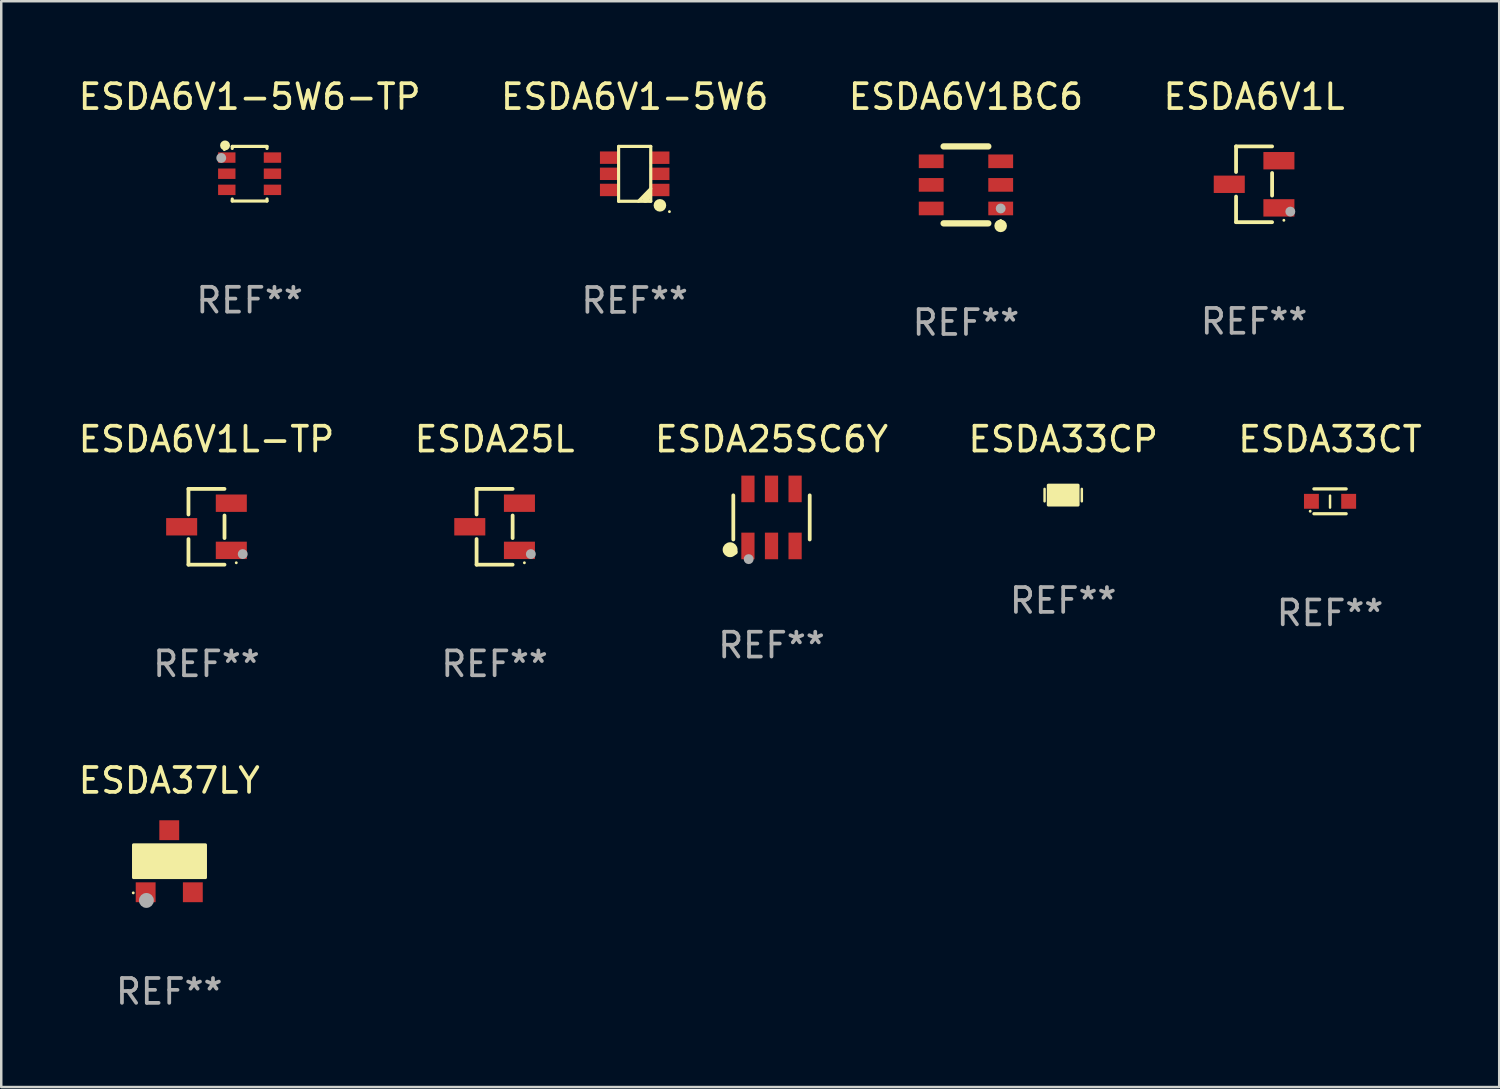
<source format=kicad_pcb>
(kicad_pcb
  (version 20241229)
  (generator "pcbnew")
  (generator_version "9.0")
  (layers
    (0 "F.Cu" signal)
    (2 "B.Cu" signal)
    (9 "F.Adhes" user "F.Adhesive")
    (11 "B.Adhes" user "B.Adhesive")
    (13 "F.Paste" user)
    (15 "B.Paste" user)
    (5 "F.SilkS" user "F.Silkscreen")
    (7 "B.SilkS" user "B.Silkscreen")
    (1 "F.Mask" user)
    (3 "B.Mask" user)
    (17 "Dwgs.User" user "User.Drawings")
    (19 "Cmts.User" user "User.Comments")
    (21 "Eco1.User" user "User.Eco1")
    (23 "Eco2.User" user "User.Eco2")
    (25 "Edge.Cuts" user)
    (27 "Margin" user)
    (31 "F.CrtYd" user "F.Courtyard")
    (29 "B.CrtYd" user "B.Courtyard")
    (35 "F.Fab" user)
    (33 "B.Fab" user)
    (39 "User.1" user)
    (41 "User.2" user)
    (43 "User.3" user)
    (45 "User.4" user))
  (footprint "ESDA25SC6Y"
    (layer "F.Cu")
    (at 28.03 17.794)
    (property "Reference" "ESDA25SC6Y" (at 0 -3.149 0) (layer "F.SilkS") (effects (font (size 1 1) (thickness 0.15))))
    (attr through_hole)
    (fp_line (start -1.539 0.889) (end -1.539 -0.889) (stroke (width 0.152) (type solid)) (layer "F.SilkS"))
    (fp_line (start 1.539 0.889) (end 1.539 -0.889) (stroke (width 0.152) (type solid)) (layer "F.SilkS"))
    (fp_circle (center -1.668 1.301) (end -1.518 1.301) (stroke (width 0.3) (type solid)) (fill no) (layer "F.SilkS"))
    (fp_circle (center -1.463 1.4) (end -1.413 1.4) (stroke (width 0.1) (type solid)) (fill no) (layer "F.SilkS"))
    (fp_circle (center -0.92 1.68) (end -0.82 1.68) (stroke (width 0.2) (type solid)) (fill no) (layer "F.Fab"))
    (fp_text user "REF**" (at 0 5.149 0) (layer "F.Fab") (effects (font (size 1 1) (thickness 0.15))))
    (pad "1" smd rect (at -0.95 1.149) (size 0.532 1.072) (layers "F.Cu" "F.Mask" "F.Paste"))
    (pad "2" smd rect (at 0 1.149) (size 0.532 1.072) (layers "F.Cu" "F.Mask" "F.Paste"))
    (pad "3" smd rect (at 0.95 1.149) (size 0.532 1.072) (layers "F.Cu" "F.Mask" "F.Paste"))
    (pad "4" smd rect (at 0.95 -1.149) (size 0.532 1.072) (layers "F.Cu" "F.Mask" "F.Paste"))
    (pad "5" smd rect (at 0 -1.149) (size 0.532 1.072) (layers "F.Cu" "F.Mask" "F.Paste"))
    (pad "6" smd rect (at -0.95 -1.149) (size 0.532 1.072) (layers "F.Cu" "F.Mask" "F.Paste")))
  (footprint "ESDA6V1-5W6-TP"
    (layer "F.Cu")
    (at 7.006 3.948)
    (property "Reference" "ESDA6V1-5W6-TP" (at 0 -3.1 0) (layer "F.SilkS") (effects (font (size 1 1) (thickness 0.15))))
    (attr through_hole)
    (fp_line (start -0.7 -1.1) (end -0.7 -1.018) (stroke (width 0.127) (type solid)) (layer "F.SilkS"))
    (fp_line (start -0.7 -1.1) (end 0.7 -1.1) (stroke (width 0.127) (type solid)) (layer "F.SilkS"))
    (fp_line (start -0.7 1.018) (end -0.7 1.1) (stroke (width 0.127) (type solid)) (layer "F.SilkS"))
    (fp_line (start -0.7 1.1) (end 0.7 1.1) (stroke (width 0.127) (type solid)) (layer "F.SilkS"))
    (fp_line (start 0.7 -1.1) (end 0.7 -1.018) (stroke (width 0.127) (type solid)) (layer "F.SilkS"))
    (fp_line (start 0.7 1.018) (end 0.7 1.1) (stroke (width 0.127) (type solid)) (layer "F.SilkS"))
    (fp_circle (center -1.02 -0.97) (end -0.99 -0.97) (stroke (width 0.06) (type solid)) (fill no) (layer "F.SilkS"))
    (fp_circle (center -0.99 -1.14) (end -0.89 -1.14) (stroke (width 0.2) (type solid)) (fill no) (layer "F.SilkS"))
    (fp_circle (center -1.143 -0.635) (end -1.043 -0.635) (stroke (width 0.2) (type solid)) (fill no) (layer "F.Fab"))
    (fp_text user "REF**" (at 0 5.1 0) (layer "F.Fab") (effects (font (size 1 1) (thickness 0.15))))
    (pad "1" smd rect (at -0.92 -0.65) (size 0.7 0.42) (layers "F.Cu" "F.Mask" "F.Paste"))
    (pad "2" smd rect (at -0.92 0.000127) (size 0.7 0.42) (layers "F.Cu" "F.Mask" "F.Paste"))
    (pad "3" smd rect (at -0.92 0.65) (size 0.7 0.42) (layers "F.Cu" "F.Mask" "F.Paste"))
    (pad "4" smd rect (at 0.92 0.65) (size 0.7 0.42) (layers "F.Cu" "F.Mask" "F.Paste"))
    (pad "5" smd rect (at 0.92 0.000127) (size 0.7 0.42) (layers "F.Cu" "F.Mask" "F.Paste"))
    (pad "6" smd rect (at 0.92 -0.65) (size 0.7 0.42) (layers "F.Cu" "F.Mask" "F.Paste")))
  (footprint "ESDA33CP"
    (layer "F.Cu")
    (at 39.78 16.895)
    (property "Reference" "ESDA33CP" (at 0 -2.25 0) (layer "F.SilkS") (effects (font (size 1 1) (thickness 0.15))))
    (attr through_hole)
    (fp_line (start -0.75 0.25) (end -0.75 -0.25) (stroke (width 0.1) (type solid)) (layer "F.SilkS"))
    (fp_line (start 0.75 -0.25) (end 0.75 0.25) (stroke (width 0.1) (type solid)) (layer "F.SilkS"))
    (fp_circle (center -0.5 0.3) (end -0.47 0.3) (stroke (width 0.06) (type solid)) (fill no) (layer "F.SilkS"))
    (fp_poly (pts (xy -0.6 -0.4) (xy 0.6 -0.4) (xy 0.6 0.4) (xy -0.6 0.4)) (stroke (width 0.12) (type solid)) (fill yes) (layer "F.SilkS"))
    (fp_text user "REF**" (at 0 4.25 0) (layer "F.Fab") (effects (font (size 1 1) (thickness 0.15))))
    (pad "1" smd rect (at -0.325 -0.000013) (size 0.3 0.6) (layers "F.Cu" "F.Mask" "F.Paste"))
    (pad "2" smd rect (at 0.325 -0.000013) (size 0.3 0.6) (layers "F.Cu" "F.Mask" "F.Paste")))
  (footprint "ESDA6V1L-TP"
    (layer "F.Cu")
    (at 5.268 18.171)
    (property "Reference" "ESDA6V1L-TP" (at 0 -3.526 0) (layer "F.SilkS") (effects (font (size 1 1) (thickness 0.15))))
    (attr through_hole)
    (fp_line (start -0.726 -1.526) (end -0.726 -0.495) (stroke (width 0.152) (type solid)) (layer "F.SilkS"))
    (fp_line (start -0.726 1.526) (end -0.726 0.495) (stroke (width 0.152) (type solid)) (layer "F.SilkS"))
    (fp_line (start 0.726 -1.526) (end -0.726 -1.526) (stroke (width 0.152) (type solid)) (layer "F.SilkS"))
    (fp_line (start 0.726 -0.455) (end 0.726 0.455) (stroke (width 0.152) (type solid)) (layer "F.SilkS"))
    (fp_line (start 0.726 1.526) (end -0.726 1.526) (stroke (width 0.152) (type solid)) (layer "F.SilkS"))
    (fp_circle (center 1.2 1.45) (end 1.23 1.45) (stroke (width 0.06) (type solid)) (fill no) (layer "F.SilkS"))
    (fp_circle (center 1.46 1.1) (end 1.56 1.1) (stroke (width 0.2) (type solid)) (fill no) (layer "F.Fab"))
    (fp_text user "REF**" (at 0 5.526 0) (layer "F.Fab") (effects (font (size 1 1) (thickness 0.15))))
    (pad "1" smd rect (at 1 0.95) (size 1.25 0.7) (layers "F.Cu" "F.Mask" "F.Paste"))
    (pad "2" smd rect (at 1 -0.95) (size 1.25 0.7) (layers "F.Cu" "F.Mask" "F.Paste"))
    (pad "3" smd rect (at -1 0) (size 1.25 0.7) (layers "F.Cu" "F.Mask" "F.Paste")))
  (footprint "ESDA6V1-5W6"
    (layer "F.Cu")
    (at 22.518 3.953)
    (property "Reference" "ESDA6V1-5W6" (at 0 -3.105 0) (layer "F.SilkS") (effects (font (size 1 1) (thickness 0.15))))
    (attr through_hole)
    (fp_line (start -0.648 -1.105) (end 0.647 -1.105) (stroke (width 0.127) (type solid)) (layer "F.SilkS"))
    (fp_line (start -0.648 1.105) (end -0.648 -1.105) (stroke (width 0.127) (type solid)) (layer "F.SilkS"))
    (fp_line (start 0.57 0.849) (end 0.428 1.038) (stroke (width 0.254) (type solid)) (layer "F.SilkS"))
    (fp_line (start 0.647 -1.105) (end 0.647 1.105) (stroke (width 0.127) (type solid)) (layer "F.SilkS"))
    (fp_line (start 0.647 0.597) (end 0.152 1.105) (stroke (width 0.127) (type solid)) (layer "F.SilkS"))
    (fp_line (start 0.647 1.105) (end -0.648 1.105) (stroke (width 0.127) (type solid)) (layer "F.SilkS"))
    (fp_circle (center 1.016 1.269) (end 1.143 1.269) (stroke (width 0.254) (type solid)) (fill no) (layer "F.SilkS"))
    (fp_circle (center 1.4 1.523) (end 1.43 1.523) (stroke (width 0.06) (type solid)) (fill no) (layer "F.SilkS"))
    (fp_text user "REF**" (at 0 5.105 0) (layer "F.Fab") (effects (font (size 1 1) (thickness 0.15))))
    (pad "1" smd rect (at 1 0.65 90) (size 0.5 0.8) (layers "F.Cu" "F.Mask" "F.Paste"))
    (pad "2" smd rect (at 1 0 90) (size 0.5 0.8) (layers "F.Cu" "F.Mask" "F.Paste"))
    (pad "3" smd rect (at 1 -0.65 90) (size 0.5 0.8) (layers "F.Cu" "F.Mask" "F.Paste"))
    (pad "4" smd rect (at -1 -0.652 90) (size 0.5 0.8) (layers "F.Cu" "F.Mask" "F.Paste"))
    (pad "5" smd rect (at -1 -0.001 90) (size 0.5 0.8) (layers "F.Cu" "F.Mask" "F.Paste"))
    (pad "6" smd rect (at -1 0.649 90) (size 0.5 0.8) (layers "F.Cu" "F.Mask" "F.Paste")))
  (footprint "ESDA6V1BC6"
    (layer "F.Cu")
    (at 35.863 4.398)
    (property "Reference" "ESDA6V1BC6" (at 0 -3.55 0) (layer "F.SilkS") (effects (font (size 1 1) (thickness 0.15))))
    (attr through_hole)
    (fp_line (start -0.9 -1.55) (end 0.9 -1.55) (stroke (width 0.254) (type solid)) (layer "F.SilkS"))
    (fp_line (start -0.9 1.55) (end 0.9 1.55) (stroke (width 0.254) (type solid)) (layer "F.SilkS"))
    (fp_circle (center 1.397 1.651) (end 1.524 1.651) (stroke (width 0.254) (type solid)) (fill no) (layer "F.SilkS"))
    (fp_circle (center 1.4 1.435) (end 1.43 1.435) (stroke (width 0.06) (type solid)) (fill no) (layer "F.SilkS"))
    (fp_circle (center 1.4 0.95) (end 1.5 0.95) (stroke (width 0.2) (type solid)) (fill no) (layer "F.Fab"))
    (fp_text user "REF**" (at 0 5.55 0) (layer "F.Fab") (effects (font (size 1 1) (thickness 0.15))))
    (pad "1" smd rect (at 1.4 0.95) (size 1 0.55) (layers "F.Cu" "F.Mask" "F.Paste"))
    (pad "2" smd rect (at 1.4 -0.000102) (size 1 0.55) (layers "F.Cu" "F.Mask" "F.Paste"))
    (pad "3" smd rect (at 1.4 -0.95) (size 1 0.55) (layers "F.Cu" "F.Mask" "F.Paste"))
    (pad "4" smd rect (at -1.4 -0.95) (size 1 0.55) (layers "F.Cu" "F.Mask" "F.Paste"))
    (pad "5" smd rect (at -1.4 -0.000102) (size 1 0.55) (layers "F.Cu" "F.Mask" "F.Paste"))
    (pad "6" smd rect (at -1.4 0.95) (size 1 0.55) (layers "F.Cu" "F.Mask" "F.Paste")))
  (footprint "ESDA25L"
    (layer "F.Cu")
    (at 16.875 18.171)
    (property "Reference" "ESDA25L" (at 0 -3.526 0) (layer "F.SilkS") (effects (font (size 1 1) (thickness 0.15))))
    (attr through_hole)
    (fp_line (start -0.726 -1.526) (end -0.726 -0.495) (stroke (width 0.152) (type solid)) (layer "F.SilkS"))
    (fp_line (start -0.726 1.526) (end -0.726 0.495) (stroke (width 0.152) (type solid)) (layer "F.SilkS"))
    (fp_line (start 0.726 -1.526) (end -0.726 -1.526) (stroke (width 0.152) (type solid)) (layer "F.SilkS"))
    (fp_line (start 0.726 -0.455) (end 0.726 0.455) (stroke (width 0.152) (type solid)) (layer "F.SilkS"))
    (fp_line (start 0.726 1.526) (end -0.726 1.526) (stroke (width 0.152) (type solid)) (layer "F.SilkS"))
    (fp_circle (center 1.2 1.45) (end 1.23 1.45) (stroke (width 0.06) (type solid)) (fill no) (layer "F.SilkS"))
    (fp_circle (center 1.46 1.1) (end 1.56 1.1) (stroke (width 0.2) (type solid)) (fill no) (layer "F.Fab"))
    (fp_text user "REF**" (at 0 5.526 0) (layer "F.Fab") (effects (font (size 1 1) (thickness 0.15))))
    (pad "1" smd rect (at 1 0.95) (size 1.25 0.7) (layers "F.Cu" "F.Mask" "F.Paste"))
    (pad "2" smd rect (at 1 -0.95) (size 1.25 0.7) (layers "F.Cu" "F.Mask" "F.Paste"))
    (pad "3" smd rect (at -1 0) (size 1.25 0.7) (layers "F.Cu" "F.Mask" "F.Paste")))
  (footprint "ESDA37LY"
    (layer "F.Cu")
    (at 3.768 31.644)
    (property "Reference" "ESDA37LY" (at 0 -3.25 0) (layer "F.SilkS") (effects (font (size 1 1) (thickness 0.15))))
    (attr through_hole)
    (fp_circle (center -1.45 1.275) (end -1.42 1.275) (stroke (width 0.06) (type solid)) (fill no) (layer "F.SilkS"))
    (fp_poly (pts (xy -1.44 -0.66) (xy 1.46 -0.66) (xy 1.46 0.66) (xy -1.44 0.66)) (stroke (width 0.12) (type solid)) (fill yes) (layer "F.SilkS"))
    (fp_circle (center -0.92 1.58) (end -0.77 1.58) (stroke (width 0.3) (type solid)) (fill no) (layer "F.Fab"))
    (fp_text user "REF**" (at 0 5.25 0) (layer "F.Fab") (effects (font (size 1 1) (thickness 0.15))))
    (pad "1" smd rect (at -0.95 1.25) (size 0.8 0.8) (layers "F.Cu" "F.Mask" "F.Paste"))
    (pad "2" smd rect (at 0.95 1.25) (size 0.8 0.8) (layers "F.Cu" "F.Mask" "F.Paste"))
    (pad "3" smd rect (at 0 -1.25) (size 0.8 0.8) (layers "F.Cu" "F.Mask" "F.Paste")))
  (footprint "ESDA33CT"
    (layer "F.Cu")
    (at 50.53 17.145)
    (property "Reference" "ESDA33CT" (at 0 -2.5 0) (layer "F.SilkS") (effects (font (size 1 1) (thickness 0.15))))
    (attr through_hole)
    (fp_line (start -0.65 -0.5) (end 0.65 -0.5) (stroke (width 0.13) (type solid)) (layer "F.SilkS"))
    (fp_line (start -0.65 0.5) (end 0.65 0.5) (stroke (width 0.13) (type solid)) (layer "F.SilkS"))
    (fp_line (start 0 -0.229) (end 0 0.254) (stroke (width 0.1) (type solid)) (layer "F.SilkS"))
    (fp_circle (center -0.8 0.4) (end -0.77 0.4) (stroke (width 0.06) (type solid)) (fill no) (layer "F.SilkS"))
    (fp_text user "REF**" (at 0 4.5 0) (layer "F.Fab") (effects (font (size 1 1) (thickness 0.15))))
    (pad "1" smd rect (at -0.75 0) (size 0.6 0.6) (layers "F.Cu" "F.Mask" "F.Paste"))
    (pad "2" smd rect (at 0.75 0 180) (size 0.6 0.6) (layers "F.Cu" "F.Mask" "F.Paste")))
  (footprint "ESDA6V1L"
    (layer "F.Cu")
    (at 47.47 4.374)
    (property "Reference" "ESDA6V1L" (at 0 -3.526 0) (layer "F.SilkS") (effects (font (size 1 1) (thickness 0.15))))
    (attr through_hole)
    (fp_line (start -0.726 -1.526) (end -0.726 -0.495) (stroke (width 0.152) (type solid)) (layer "F.SilkS"))
    (fp_line (start -0.726 1.526) (end -0.726 0.495) (stroke (width 0.152) (type solid)) (layer "F.SilkS"))
    (fp_line (start 0.726 -1.526) (end -0.726 -1.526) (stroke (width 0.152) (type solid)) (layer "F.SilkS"))
    (fp_line (start 0.726 -0.455) (end 0.726 0.455) (stroke (width 0.152) (type solid)) (layer "F.SilkS"))
    (fp_line (start 0.726 1.526) (end -0.726 1.526) (stroke (width 0.152) (type solid)) (layer "F.SilkS"))
    (fp_circle (center 1.2 1.45) (end 1.23 1.45) (stroke (width 0.06) (type solid)) (fill no) (layer "F.SilkS"))
    (fp_circle (center 1.46 1.1) (end 1.56 1.1) (stroke (width 0.2) (type solid)) (fill no) (layer "F.Fab"))
    (fp_text user "REF**" (at 0 5.526 0) (layer "F.Fab") (effects (font (size 1 1) (thickness 0.15))))
    (pad "1" smd rect (at 1 0.95) (size 1.25 0.7) (layers "F.Cu" "F.Mask" "F.Paste"))
    (pad "2" smd rect (at 1 -0.95) (size 1.25 0.7) (layers "F.Cu" "F.Mask" "F.Paste"))
    (pad "3" smd rect (at -1 0) (size 1.25 0.7) (layers "F.Cu" "F.Mask" "F.Paste")))
  (gr_rect
    (start -3 -3)
    (end 57.345 40.742)
    (stroke (width 0.1) (type default))
    (fill no)
    (layer "Edge.Cuts")))
</source>
